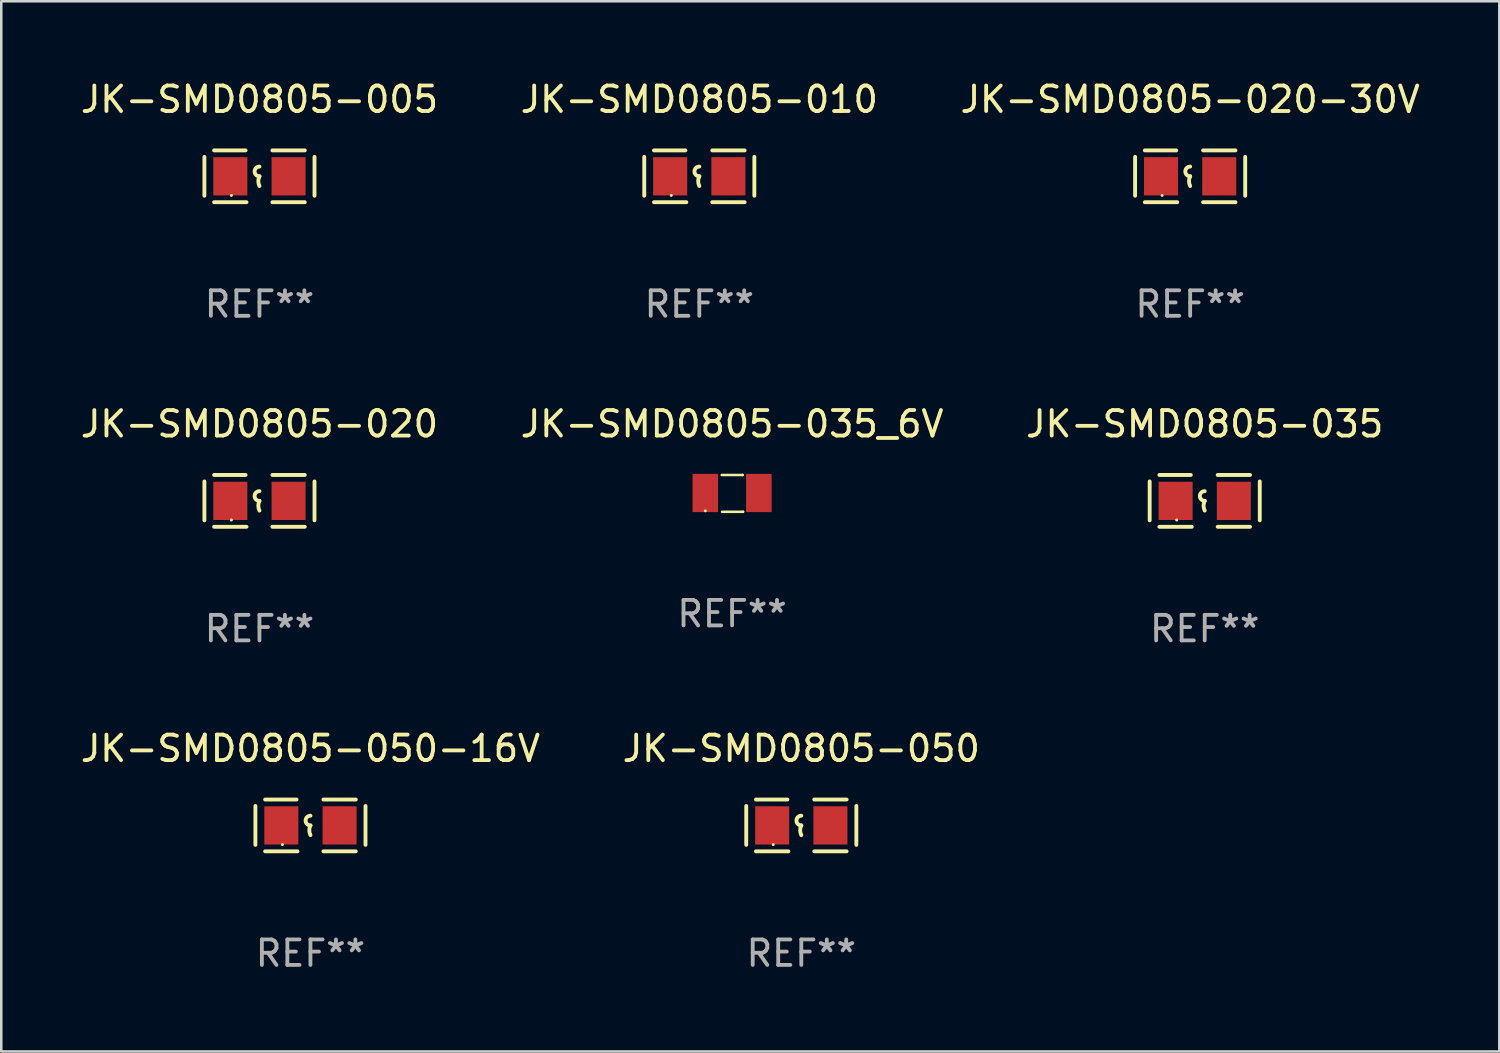
<source format=kicad_pcb>
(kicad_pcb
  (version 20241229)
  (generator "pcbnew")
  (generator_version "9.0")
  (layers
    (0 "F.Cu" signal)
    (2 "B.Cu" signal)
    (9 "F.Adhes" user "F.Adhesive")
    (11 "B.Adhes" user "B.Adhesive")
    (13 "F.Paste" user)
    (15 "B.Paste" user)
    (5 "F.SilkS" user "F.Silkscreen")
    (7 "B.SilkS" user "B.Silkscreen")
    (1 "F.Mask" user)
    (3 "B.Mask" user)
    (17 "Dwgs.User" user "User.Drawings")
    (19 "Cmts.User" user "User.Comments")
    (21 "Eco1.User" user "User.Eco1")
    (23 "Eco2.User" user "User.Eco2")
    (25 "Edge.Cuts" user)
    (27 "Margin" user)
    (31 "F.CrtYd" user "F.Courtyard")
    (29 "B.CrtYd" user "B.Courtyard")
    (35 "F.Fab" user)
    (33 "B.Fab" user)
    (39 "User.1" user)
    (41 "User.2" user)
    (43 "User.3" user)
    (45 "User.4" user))
  (footprint "JK-SMD0805-050-16V"
    (layer "F.Cu")
    (at 9.125 29.321)
    (property "Reference" "JK-SMD0805-050-16V" (at 0 -3.016 0) (layer "F.SilkS") (effects (font (size 1 1) (thickness 0.15))))
    (attr through_hole)
    (fp_line (start -2.159 -0.762) (end -2.159 0.762) (stroke (width 0.152) (type solid)) (layer "F.SilkS"))
    (fp_line (start -1.778 -1.016) (end -0.545 -1.016) (stroke (width 0.152) (type solid)) (layer "F.SilkS"))
    (fp_line (start -0.508 1.016) (end -1.778 1.016) (stroke (width 0.152) (type solid)) (layer "F.SilkS"))
    (fp_line (start 0.508 1.016) (end 1.778 1.016) (stroke (width 0.152) (type solid)) (layer "F.SilkS"))
    (fp_line (start 1.778 -1.016) (end 0.508 -1.016) (stroke (width 0.152) (type solid)) (layer "F.SilkS"))
    (fp_line (start 2.159 -0.762) (end 2.159 0.762) (stroke (width 0.152) (type solid)) (layer "F.SilkS"))
    (fp_arc (start 0 0) (mid -0.1905 -0.1905) (end 0 -0.381) (stroke (width 0.151994) (type solid)) (layer "F.SilkS"))
    (fp_arc (start 0 0.381001) (mid -0.044971 0.1905) (end 0 0) (stroke (width 0.151994) (type solid)) (layer "F.SilkS"))
    (fp_circle (center -1.1 0.75) (end -1.07 0.75) (stroke (width 0.06) (type solid)) (fill no) (layer "F.SilkS"))
    (fp_text user "REF**" (at 0 5.016 0) (layer "F.Fab") (effects (font (size 1 1) (thickness 0.15))))
    (pad "1" smd rect (at -1.142 0) (size 1.335 1.5) (layers "F.Cu" "F.Mask" "F.Paste"))
    (pad "2" smd rect (at 1.142 0) (size 1.335 1.5) (layers "F.Cu" "F.Mask" "F.Paste")))
  (footprint "JK-SMD0805-010"
    (layer "F.Cu")
    (at 24.375 3.864)
    (property "Reference" "JK-SMD0805-010" (at 0 -3.016 0) (layer "F.SilkS") (effects (font (size 1 1) (thickness 0.15))))
    (attr through_hole)
    (fp_line (start -2.159 -0.762) (end -2.159 0.762) (stroke (width 0.152) (type solid)) (layer "F.SilkS"))
    (fp_line (start -1.778 -1.016) (end -0.545 -1.016) (stroke (width 0.152) (type solid)) (layer "F.SilkS"))
    (fp_line (start -0.508 1.016) (end -1.778 1.016) (stroke (width 0.152) (type solid)) (layer "F.SilkS"))
    (fp_line (start 0.508 1.016) (end 1.778 1.016) (stroke (width 0.152) (type solid)) (layer "F.SilkS"))
    (fp_line (start 1.778 -1.016) (end 0.508 -1.016) (stroke (width 0.152) (type solid)) (layer "F.SilkS"))
    (fp_line (start 2.159 -0.762) (end 2.159 0.762) (stroke (width 0.152) (type solid)) (layer "F.SilkS"))
    (fp_arc (start 0 0) (mid -0.1905 -0.1905) (end 0 -0.381) (stroke (width 0.151994) (type solid)) (layer "F.SilkS"))
    (fp_arc (start 0 0.381001) (mid -0.044971 0.1905) (end 0 0) (stroke (width 0.151994) (type solid)) (layer "F.SilkS"))
    (fp_circle (center -1.1 0.75) (end -1.07 0.75) (stroke (width 0.06) (type solid)) (fill no) (layer "F.SilkS"))
    (fp_text user "REF**" (at 0 5.016 0) (layer "F.Fab") (effects (font (size 1 1) (thickness 0.15))))
    (pad "1" smd rect (at -1.142 0) (size 1.335 1.5) (layers "F.Cu" "F.Mask" "F.Paste"))
    (pad "2" smd rect (at 1.142 0) (size 1.335 1.5) (layers "F.Cu" "F.Mask" "F.Paste")))
  (footprint "JK-SMD0805-020"
    (layer "F.Cu")
    (at 7.125 16.593)
    (property "Reference" "JK-SMD0805-020" (at 0 -3.016 0) (layer "F.SilkS") (effects (font (size 1 1) (thickness 0.15))))
    (attr through_hole)
    (fp_line (start -2.159 -0.762) (end -2.159 0.762) (stroke (width 0.152) (type solid)) (layer "F.SilkS"))
    (fp_line (start -1.778 -1.016) (end -0.545 -1.016) (stroke (width 0.152) (type solid)) (layer "F.SilkS"))
    (fp_line (start -0.508 1.016) (end -1.778 1.016) (stroke (width 0.152) (type solid)) (layer "F.SilkS"))
    (fp_line (start 0.508 1.016) (end 1.778 1.016) (stroke (width 0.152) (type solid)) (layer "F.SilkS"))
    (fp_line (start 1.778 -1.016) (end 0.508 -1.016) (stroke (width 0.152) (type solid)) (layer "F.SilkS"))
    (fp_line (start 2.159 -0.762) (end 2.159 0.762) (stroke (width 0.152) (type solid)) (layer "F.SilkS"))
    (fp_arc (start 0 0) (mid -0.1905 -0.1905) (end 0 -0.381) (stroke (width 0.151994) (type solid)) (layer "F.SilkS"))
    (fp_arc (start 0 0.381001) (mid -0.044971 0.1905) (end 0 0) (stroke (width 0.151994) (type solid)) (layer "F.SilkS"))
    (fp_circle (center -1.1 0.75) (end -1.07 0.75) (stroke (width 0.06) (type solid)) (fill no) (layer "F.SilkS"))
    (fp_text user "REF**" (at 0 5.016 0) (layer "F.Fab") (effects (font (size 1 1) (thickness 0.15))))
    (pad "1" smd rect (at -1.142 0) (size 1.335 1.5) (layers "F.Cu" "F.Mask" "F.Paste"))
    (pad "2" smd rect (at 1.142 0) (size 1.335 1.5) (layers "F.Cu" "F.Mask" "F.Paste")))
  (footprint "JK-SMD0805-005"
    (layer "F.Cu")
    (at 7.125 3.864)
    (property "Reference" "JK-SMD0805-005" (at 0 -3.016 0) (layer "F.SilkS") (effects (font (size 1 1) (thickness 0.15))))
    (attr through_hole)
    (fp_line (start -2.159 -0.762) (end -2.159 0.762) (stroke (width 0.152) (type solid)) (layer "F.SilkS"))
    (fp_line (start -1.778 -1.016) (end -0.545 -1.016) (stroke (width 0.152) (type solid)) (layer "F.SilkS"))
    (fp_line (start -0.508 1.016) (end -1.778 1.016) (stroke (width 0.152) (type solid)) (layer "F.SilkS"))
    (fp_line (start 0.508 1.016) (end 1.778 1.016) (stroke (width 0.152) (type solid)) (layer "F.SilkS"))
    (fp_line (start 1.778 -1.016) (end 0.508 -1.016) (stroke (width 0.152) (type solid)) (layer "F.SilkS"))
    (fp_line (start 2.159 -0.762) (end 2.159 0.762) (stroke (width 0.152) (type solid)) (layer "F.SilkS"))
    (fp_arc (start 0 0) (mid -0.1905 -0.1905) (end 0 -0.381) (stroke (width 0.151994) (type solid)) (layer "F.SilkS"))
    (fp_arc (start 0 0.381001) (mid -0.044971 0.1905) (end 0 0) (stroke (width 0.151994) (type solid)) (layer "F.SilkS"))
    (fp_circle (center -1.1 0.75) (end -1.07 0.75) (stroke (width 0.06) (type solid)) (fill no) (layer "F.SilkS"))
    (fp_text user "REF**" (at 0 5.016 0) (layer "F.Fab") (effects (font (size 1 1) (thickness 0.15))))
    (pad "1" smd rect (at -1.142 0) (size 1.335 1.5) (layers "F.Cu" "F.Mask" "F.Paste"))
    (pad "2" smd rect (at 1.142 0) (size 1.335 1.5) (layers "F.Cu" "F.Mask" "F.Paste")))
  (footprint "JK-SMD0805-050"
    (layer "F.Cu")
    (at 28.375 29.321)
    (property "Reference" "JK-SMD0805-050" (at 0 -3.016 0) (layer "F.SilkS") (effects (font (size 1 1) (thickness 0.15))))
    (attr through_hole)
    (fp_line (start -2.159 -0.762) (end -2.159 0.762) (stroke (width 0.152) (type solid)) (layer "F.SilkS"))
    (fp_line (start -1.778 -1.016) (end -0.545 -1.016) (stroke (width 0.152) (type solid)) (layer "F.SilkS"))
    (fp_line (start -0.508 1.016) (end -1.778 1.016) (stroke (width 0.152) (type solid)) (layer "F.SilkS"))
    (fp_line (start 0.508 1.016) (end 1.778 1.016) (stroke (width 0.152) (type solid)) (layer "F.SilkS"))
    (fp_line (start 1.778 -1.016) (end 0.508 -1.016) (stroke (width 0.152) (type solid)) (layer "F.SilkS"))
    (fp_line (start 2.159 -0.762) (end 2.159 0.762) (stroke (width 0.152) (type solid)) (layer "F.SilkS"))
    (fp_arc (start 0 0) (mid -0.1905 -0.1905) (end 0 -0.381) (stroke (width 0.151994) (type solid)) (layer "F.SilkS"))
    (fp_arc (start 0 0.381001) (mid -0.044971 0.1905) (end 0 0) (stroke (width 0.151994) (type solid)) (layer "F.SilkS"))
    (fp_circle (center -1.1 0.75) (end -1.07 0.75) (stroke (width 0.06) (type solid)) (fill no) (layer "F.SilkS"))
    (fp_text user "REF**" (at 0 5.016 0) (layer "F.Fab") (effects (font (size 1 1) (thickness 0.15))))
    (pad "1" smd rect (at -1.142 0) (size 1.335 1.5) (layers "F.Cu" "F.Mask" "F.Paste"))
    (pad "2" smd rect (at 1.142 0) (size 1.335 1.5) (layers "F.Cu" "F.Mask" "F.Paste")))
  (footprint "JK-SMD0805-020-30V"
    (layer "F.Cu")
    (at 43.625 3.864)
    (property "Reference" "JK-SMD0805-020-30V" (at 0 -3.016 0) (layer "F.SilkS") (effects (font (size 1 1) (thickness 0.15))))
    (attr through_hole)
    (fp_line (start -2.159 -0.762) (end -2.159 0.762) (stroke (width 0.152) (type solid)) (layer "F.SilkS"))
    (fp_line (start -1.778 -1.016) (end -0.545 -1.016) (stroke (width 0.152) (type solid)) (layer "F.SilkS"))
    (fp_line (start -0.508 1.016) (end -1.778 1.016) (stroke (width 0.152) (type solid)) (layer "F.SilkS"))
    (fp_line (start 0.508 1.016) (end 1.778 1.016) (stroke (width 0.152) (type solid)) (layer "F.SilkS"))
    (fp_line (start 1.778 -1.016) (end 0.508 -1.016) (stroke (width 0.152) (type solid)) (layer "F.SilkS"))
    (fp_line (start 2.159 -0.762) (end 2.159 0.762) (stroke (width 0.152) (type solid)) (layer "F.SilkS"))
    (fp_arc (start 0 0) (mid -0.1905 -0.1905) (end 0 -0.381) (stroke (width 0.151994) (type solid)) (layer "F.SilkS"))
    (fp_arc (start 0 0.381001) (mid -0.044971 0.1905) (end 0 0) (stroke (width 0.151994) (type solid)) (layer "F.SilkS"))
    (fp_circle (center -1.1 0.75) (end -1.07 0.75) (stroke (width 0.06) (type solid)) (fill no) (layer "F.SilkS"))
    (fp_text user "REF**" (at 0 5.016 0) (layer "F.Fab") (effects (font (size 1 1) (thickness 0.15))))
    (pad "1" smd rect (at -1.142 0) (size 1.335 1.5) (layers "F.Cu" "F.Mask" "F.Paste"))
    (pad "2" smd rect (at 1.142 0) (size 1.335 1.5) (layers "F.Cu" "F.Mask" "F.Paste")))
  (footprint "JK-SMD0805-035_6V"
    (layer "F.Cu")
    (at 25.661 16.299)
    (property "Reference" "JK-SMD0805-035_6V" (at 0 -2.723 0) (layer "F.SilkS") (effects (font (size 1 1) (thickness 0.15))))
    (attr through_hole)
    (fp_line (start -0.407 -0.721) (end 0.413 -0.721) (stroke (width 0.1) (type solid)) (layer "F.SilkS"))
    (fp_line (start -0.391 0.723) (end 0.429 0.723) (stroke (width 0.1) (type solid)) (layer "F.SilkS"))
    (fp_line (start 0.413 -0.721) (end 0.413 -0.723) (stroke (width 0.1) (type solid)) (layer "F.SilkS"))
    (fp_line (start 0.429 0.723) (end 0.429 0.721) (stroke (width 0.1) (type solid)) (layer "F.SilkS"))
    (fp_circle (center -1.05 0.685) (end -1.02 0.685) (stroke (width 0.06) (type solid)) (fill no) (layer "F.SilkS"))
    (fp_text user "REF**" (at 0 4.723 0) (layer "F.Fab") (effects (font (size 1 1) (thickness 0.15))))
    (pad "1" smd rect (at -1.05 -0.015 270) (size 1.5 1) (layers "F.Cu" "F.Mask" "F.Paste"))
    (pad "2" smd rect (at 1.05 -0.015 270) (size 1.5 1) (layers "F.Cu" "F.Mask" "F.Paste")))
  (footprint "JK-SMD0805-035"
    (layer "F.Cu")
    (at 44.196 16.593)
    (property "Reference" "JK-SMD0805-035" (at 0 -3.016 0) (layer "F.SilkS") (effects (font (size 1 1) (thickness 0.15))))
    (attr through_hole)
    (fp_line (start -2.159 -0.762) (end -2.159 0.762) (stroke (width 0.152) (type solid)) (layer "F.SilkS"))
    (fp_line (start -1.778 -1.016) (end -0.545 -1.016) (stroke (width 0.152) (type solid)) (layer "F.SilkS"))
    (fp_line (start -0.508 1.016) (end -1.778 1.016) (stroke (width 0.152) (type solid)) (layer "F.SilkS"))
    (fp_line (start 0.508 1.016) (end 1.778 1.016) (stroke (width 0.152) (type solid)) (layer "F.SilkS"))
    (fp_line (start 1.778 -1.016) (end 0.508 -1.016) (stroke (width 0.152) (type solid)) (layer "F.SilkS"))
    (fp_line (start 2.159 -0.762) (end 2.159 0.762) (stroke (width 0.152) (type solid)) (layer "F.SilkS"))
    (fp_arc (start 0 0) (mid -0.1905 -0.1905) (end 0 -0.381) (stroke (width 0.151994) (type solid)) (layer "F.SilkS"))
    (fp_arc (start 0 0.381001) (mid -0.044971 0.1905) (end 0 0) (stroke (width 0.151994) (type solid)) (layer "F.SilkS"))
    (fp_circle (center -1.1 0.75) (end -1.07 0.75) (stroke (width 0.06) (type solid)) (fill no) (layer "F.SilkS"))
    (fp_text user "REF**" (at 0 5.016 0) (layer "F.Fab") (effects (font (size 1 1) (thickness 0.15))))
    (pad "1" smd rect (at -1.142 0) (size 1.335 1.5) (layers "F.Cu" "F.Mask" "F.Paste"))
    (pad "2" smd rect (at 1.142 0) (size 1.335 1.5) (layers "F.Cu" "F.Mask" "F.Paste")))
  (gr_rect
    (start -3 -3)
    (end 55.75 38.186)
    (stroke (width 0.1) (type default))
    (fill no)
    (layer "Edge.Cuts")))
</source>
